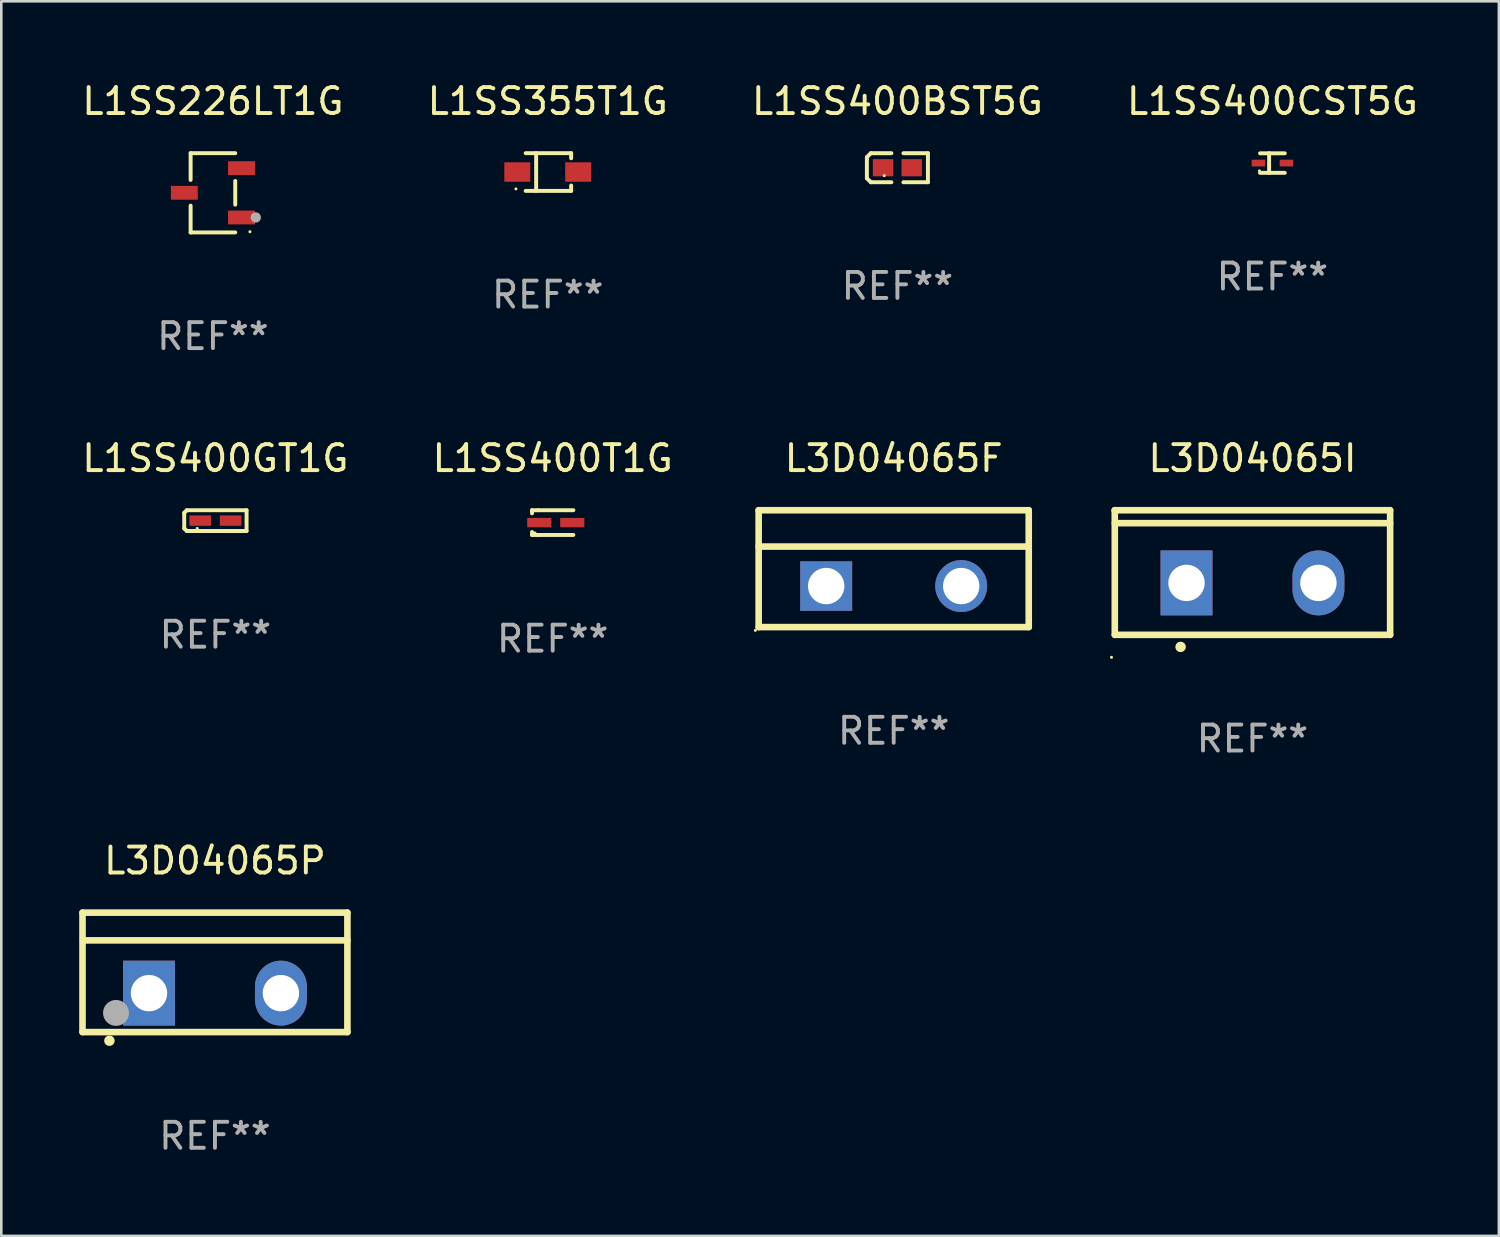
<source format=kicad_pcb>
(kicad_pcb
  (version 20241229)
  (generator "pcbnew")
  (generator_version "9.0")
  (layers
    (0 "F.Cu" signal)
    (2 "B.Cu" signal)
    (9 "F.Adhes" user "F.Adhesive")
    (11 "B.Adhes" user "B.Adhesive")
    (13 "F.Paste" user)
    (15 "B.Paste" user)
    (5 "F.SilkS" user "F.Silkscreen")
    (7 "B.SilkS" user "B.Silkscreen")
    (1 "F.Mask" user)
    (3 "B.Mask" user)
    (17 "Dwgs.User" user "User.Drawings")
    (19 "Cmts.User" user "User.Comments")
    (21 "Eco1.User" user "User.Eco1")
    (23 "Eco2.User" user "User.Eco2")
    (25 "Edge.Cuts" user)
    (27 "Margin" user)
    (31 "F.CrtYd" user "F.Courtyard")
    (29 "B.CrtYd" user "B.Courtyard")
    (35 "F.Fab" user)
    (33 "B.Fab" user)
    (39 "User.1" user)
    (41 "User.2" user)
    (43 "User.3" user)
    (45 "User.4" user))
  (footprint "L1SS226LT1G"
    (layer "F.Cu")
    (at 5.149 4.374)
    (property "Reference" "L1SS226LT1G" (at 0 -3.526 0) (layer "F.SilkS") (effects (font (size 1 1) (thickness 0.15))))
    (attr through_hole)
    (fp_line (start -0.859 -1.526) (end -0.859 -0.495) (stroke (width 0.152) (type solid)) (layer "F.SilkS"))
    (fp_line (start -0.859 1.526) (end -0.859 0.495) (stroke (width 0.152) (type solid)) (layer "F.SilkS"))
    (fp_line (start 0.859 -1.526) (end -0.859 -1.526) (stroke (width 0.152) (type solid)) (layer "F.SilkS"))
    (fp_line (start 0.859 -0.455) (end 0.859 0.455) (stroke (width 0.152) (type solid)) (layer "F.SilkS"))
    (fp_line (start 0.859 1.526) (end -0.859 1.526) (stroke (width 0.152) (type solid)) (layer "F.SilkS"))
    (fp_circle (center 1.425 1.5) (end 1.455 1.5) (stroke (width 0.06) (type solid)) (fill no) (layer "F.SilkS"))
    (fp_circle (center 1.65 0.95) (end 1.75 0.95) (stroke (width 0.2) (type solid)) (fill no) (layer "F.Fab"))
    (fp_text user "REF**" (at 0 5.526 0) (layer "F.Fab") (effects (font (size 1 1) (thickness 0.15))))
    (pad "1" smd rect (at 1.101 0.95) (size 1.037 0.532) (layers "F.Cu" "F.Mask" "F.Paste"))
    (pad "2" smd rect (at 1.101 -0.95) (size 1.037 0.532) (layers "F.Cu" "F.Mask" "F.Paste"))
    (pad "3" smd rect (at -1.101 0) (size 1.037 0.532) (layers "F.Cu" "F.Mask" "F.Paste")))
  (footprint "L3D04065F"
    (layer "F.Cu")
    (at 31.363 18.847)
    (property "Reference" "L3D04065F" (at 0 -4.25 0) (layer "F.SilkS") (effects (font (size 1 1) (thickness 0.15))))
    (attr through_hole)
    (fp_line (start -5.2 -2.25) (end 5.2 -2.25) (stroke (width 0.254) (type solid)) (layer "F.SilkS"))
    (fp_line (start -5.2 -0.85) (end 5.2 -0.85) (stroke (width 0.254) (type solid)) (layer "F.SilkS"))
    (fp_line (start -5.2 2.25) (end -5.2 -2.25) (stroke (width 0.254) (type solid)) (layer "F.SilkS"))
    (fp_line (start -5.2 2.25) (end 5.2 2.25) (stroke (width 0.254) (type solid)) (layer "F.SilkS"))
    (fp_line (start 5.2 2.25) (end 5.2 -2.25) (stroke (width 0.254) (type solid)) (layer "F.SilkS"))
    (fp_circle (center -5.327 2.377) (end -5.297 2.377) (stroke (width 0.06) (type solid)) (fill no) (layer "F.SilkS"))
    (fp_text user "REF**" (at 0 6.25 0) (layer "F.Fab") (effects (font (size 1 1) (thickness 0.15))))
    (pad "1" thru_hole rect (at -2.6 0.67 90) (size 1.905 2) (drill 1.4) (layers "*.Cu" "*.Mask"))
    (pad "3" thru_hole circle (at 2.6 0.67) (size 2 2) (drill 1.4) (layers "*.Cu" "*.Mask")))
  (footprint "L1SS400BST5G"
    (layer "F.Cu")
    (at 31.506 3.408)
    (property "Reference" "L1SS400BST5G" (at 0 -2.559 0) (layer "F.SilkS") (effects (font (size 1 1) (thickness 0.15))))
    (attr through_hole)
    (fp_line (start -1.175 -0.407) (end -1.023 -0.559) (stroke (width 0.152) (type solid)) (layer "F.SilkS"))
    (fp_line (start -1.175 0.407) (end -1.175 -0.407) (stroke (width 0.152) (type solid)) (layer "F.SilkS"))
    (fp_line (start -1.023 -0.559) (end -0.232 -0.559) (stroke (width 0.152) (type solid)) (layer "F.SilkS"))
    (fp_line (start -1.023 0.559) (end -1.175 0.407) (stroke (width 0.152) (type solid)) (layer "F.SilkS"))
    (fp_line (start -0.232 0.559) (end -1.023 0.559) (stroke (width 0.152) (type solid)) (layer "F.SilkS"))
    (fp_line (start 0.232 0.559) (end 1.175 0.559) (stroke (width 0.152) (type solid)) (layer "F.SilkS"))
    (fp_line (start 1.175 -0.559) (end 0.232 -0.559) (stroke (width 0.152) (type solid)) (layer "F.SilkS"))
    (fp_line (start 1.175 0.559) (end 1.175 -0.559) (stroke (width 0.152) (type solid)) (layer "F.SilkS"))
    (fp_circle (center -0.506 0.306) (end -0.476 0.306) (stroke (width 0.06) (type solid)) (fill no) (layer "F.SilkS"))
    (fp_text user "REF**" (at 0 4.559 0) (layer "F.Fab") (effects (font (size 1 1) (thickness 0.15))))
    (pad "1" smd rect (at -0.551 0) (size 0.79 0.661) (layers "F.Cu" "F.Mask" "F.Paste"))
    (pad "2" smd rect (at 0.551 0) (size 0.79 0.661) (layers "F.Cu" "F.Mask" "F.Paste")))
  (footprint "L1SS400GT1G"
    (layer "F.Cu")
    (at 5.244 16.997)
    (property "Reference" "L1SS400GT1G" (at 0 -2.4 0) (layer "F.SilkS") (effects (font (size 1 1) (thickness 0.15))))
    (attr through_hole)
    (fp_line (start -1.2 -0.3) (end -1.1 -0.4) (stroke (width 0.152) (type solid)) (layer "F.SilkS"))
    (fp_line (start -1.2 0.3) (end -1.2 -0.3) (stroke (width 0.152) (type solid)) (layer "F.SilkS"))
    (fp_line (start -1.1 -0.4) (end 1.2 -0.4) (stroke (width 0.152) (type solid)) (layer "F.SilkS"))
    (fp_line (start -1.1 0.4) (end -1.2 0.3) (stroke (width 0.152) (type solid)) (layer "F.SilkS"))
    (fp_line (start 1.2 -0.4) (end 1.2 0.4) (stroke (width 0.152) (type solid)) (layer "F.SilkS"))
    (fp_line (start 1.2 0.4) (end -1.1 0.4) (stroke (width 0.152) (type solid)) (layer "F.SilkS"))
    (fp_circle (center -0.7 0.3) (end -0.67 0.3) (stroke (width 0.06) (type solid)) (fill no) (layer "F.SilkS"))
    (fp_text user "REF**" (at 0 4.4 0) (layer "F.Fab") (effects (font (size 1 1) (thickness 0.15))))
    (pad "1" smd rect (at -0.585 0 180) (size 0.83 0.4) (layers "F.Cu" "F.Mask" "F.Paste"))
    (pad "2" smd rect (at 0.585 0 180) (size 0.83 0.4) (layers "F.Cu" "F.Mask" "F.Paste")))
  (footprint "L1SS355T1G"
    (layer "F.Cu")
    (at 18.042 3.574)
    (property "Reference" "L1SS355T1G" (at 0 -2.726 0) (layer "F.SilkS") (effects (font (size 1 1) (thickness 0.15))))
    (attr through_hole)
    (fp_line (start -0.851 -0.726) (end 0.901 -0.726) (stroke (width 0.152) (type solid)) (layer "F.SilkS"))
    (fp_line (start -0.851 0.726) (end 0.901 0.726) (stroke (width 0.152) (type solid)) (layer "F.SilkS"))
    (fp_line (start -0.447 -0.726) (end -0.447 0.726) (stroke (width 0.152) (type solid)) (layer "F.SilkS"))
    (fp_line (start 0.901 -0.726) (end 0.901 -0.53) (stroke (width 0.152) (type solid)) (layer "F.SilkS"))
    (fp_line (start 0.901 0.726) (end 0.901 0.52) (stroke (width 0.152) (type solid)) (layer "F.SilkS"))
    (fp_circle (center -1.225 0.65) (end -1.195 0.65) (stroke (width 0.06) (type solid)) (fill no) (layer "F.SilkS"))
    (fp_text user "REF**" (at 0 4.726 0) (layer "F.Fab") (effects (font (size 1 1) (thickness 0.15))))
    (pad "1" smd rect (at -1.173 0) (size 1 0.75) (layers "F.Cu" "F.Mask" "F.Paste"))
    (pad "2" smd rect (at 1.173 0) (size 1 0.75) (layers "F.Cu" "F.Mask" "F.Paste")))
  (footprint "L3D04065P"
    (layer "F.Cu")
    (at 5.227 34.392)
    (property "Reference" "L3D04065P" (at 0 -4.3 0) (layer "F.SilkS") (effects (font (size 1 1) (thickness 0.15))))
    (attr through_hole)
    (fp_line (start -5.1 -2.3) (end -5.1 2.3) (stroke (width 0.254) (type solid)) (layer "F.SilkS"))
    (fp_line (start -5.1 2.3) (end 5.1 2.3) (stroke (width 0.254) (type solid)) (layer "F.SilkS"))
    (fp_line (start -5.08 -1.232) (end 5.1 -1.232) (stroke (width 0.254) (type solid)) (layer "F.SilkS"))
    (fp_line (start 5.1 -2.3) (end -5.1 -2.3) (stroke (width 0.254) (type solid)) (layer "F.SilkS"))
    (fp_line (start 5.1 -2.3) (end 5.1 2.3) (stroke (width 0.254) (type solid)) (layer "F.SilkS"))
    (fp_arc (start -4.065278 2.632004) (mid -4.064008 2.632) (end -4.062738 2.632004) (stroke (width 0.4) (type solid)) (layer "F.SilkS"))
    (fp_circle (center -5.1 2.32) (end -5.07 2.32) (stroke (width 0.06) (type solid)) (fill no) (layer "F.SilkS"))
    (fp_circle (center -3.81 1.562) (end -3.56 1.562) (stroke (width 0.5) (type solid)) (fill no) (layer "F.Fab"))
    (fp_text user "REF**" (at 0 6.3 0) (layer "F.Fab") (effects (font (size 1 1) (thickness 0.15))))
    (pad "1" thru_hole rect (at -2.54 0.8) (size 2 2.5) (drill 1.4) (layers "*.Cu" "*.Mask"))
    (pad "2" thru_hole oval (at 2.54 0.8) (size 2 2.5) (drill 1.4) (layers "*.Cu" "*.Mask")))
  (footprint "L1SS400CST5G"
    (layer "F.Cu")
    (at 45.946 3.227)
    (property "Reference" "L1SS400CST5G" (at 0 -2.379 0) (layer "F.SilkS") (effects (font (size 1 1) (thickness 0.15))))
    (attr through_hole)
    (fp_line (start -0.476 -0.374) (end 0.476 -0.374) (stroke (width 0.152) (type solid)) (layer "F.SilkS"))
    (fp_line (start -0.476 0.379) (end 0.476 0.379) (stroke (width 0.152) (type solid)) (layer "F.SilkS"))
    (fp_line (start -0.127 -0.379) (end -0.127 0.374) (stroke (width 0.152) (type solid)) (layer "F.SilkS"))
    (fp_circle (center -0.5 0.302) (end -0.47 0.302) (stroke (width 0.06) (type solid)) (fill no) (layer "F.SilkS"))
    (fp_text user "REF**" (at 0 4.379 0) (layer "F.Fab") (effects (font (size 1 1) (thickness 0.15))))
    (pad "1" smd rect (at -0.54 0.002 180) (size 0.52 0.26) (layers "F.Cu" "F.Mask" "F.Paste"))
    (pad "2" smd rect (at 0.54 0.002 180) (size 0.52 0.26) (layers "F.Cu" "F.Mask" "F.Paste")))
  (footprint "L1SS400T1G"
    (layer "F.Cu")
    (at 18.232 17.073)
    (property "Reference" "L1SS400T1G" (at 0 -2.476 0) (layer "F.SilkS") (effects (font (size 1 1) (thickness 0.15))))
    (attr through_hole)
    (fp_line (start -0.795 -0.476) (end -0.795 -0.356) (stroke (width 0.152) (type solid)) (layer "F.SilkS"))
    (fp_line (start -0.795 0.363) (end -0.795 0.476) (stroke (width 0.152) (type solid)) (layer "F.SilkS"))
    (fp_line (start -0.795 0.476) (end -0.557 0.476) (stroke (width 0.152) (type solid)) (layer "F.SilkS"))
    (fp_line (start -0.557 -0.476) (end -0.795 -0.476) (stroke (width 0.152) (type solid)) (layer "F.SilkS"))
    (fp_line (start -0.557 -0.476) (end 0.795 -0.476) (stroke (width 0.152) (type solid)) (layer "F.SilkS"))
    (fp_line (start -0.557 0.476) (end 0.795 0.476) (stroke (width 0.152) (type solid)) (layer "F.SilkS"))
    (fp_circle (center -0.681 0.4) (end -0.651 0.4) (stroke (width 0.06) (type solid)) (fill no) (layer "F.SilkS"))
    (fp_text user "REF**" (at 0 4.476 0) (layer "F.Fab") (effects (font (size 1 1) (thickness 0.15))))
    (pad "1" smd rect (at -0.516 0 180) (size 0.93 0.36) (layers "F.Cu" "F.Mask" "F.Paste"))
    (pad "2" smd rect (at 0.754 0 180) (size 0.93 0.36) (layers "F.Cu" "F.Mask" "F.Paste")))
  (footprint "L3D04065I"
    (layer "F.Cu")
    (at 45.178 18.996)
    (property "Reference" "L3D04065I" (at 0 -4.399 0) (layer "F.SilkS") (effects (font (size 1 1) (thickness 0.15))))
    (attr through_hole)
    (fp_line (start -5.301 -2.399) (end 5.301 -2.399) (stroke (width 0.254) (type solid)) (layer "F.SilkS"))
    (fp_line (start -5.301 -2.394) (end -5.301 -2.399) (stroke (width 0.254) (type solid)) (layer "F.SilkS"))
    (fp_line (start -5.301 2.399) (end -5.301 -2.394) (stroke (width 0.254) (type solid)) (layer "F.SilkS"))
    (fp_line (start 5.3 -1.9) (end -5.3 -1.9) (stroke (width 0.254) (type solid)) (layer "F.SilkS"))
    (fp_line (start 5.301 -2.399) (end 5.301 2.399) (stroke (width 0.254) (type solid)) (layer "F.SilkS"))
    (fp_line (start 5.301 2.399) (end -5.301 2.399) (stroke (width 0.254) (type solid)) (layer "F.SilkS"))
    (fp_arc (start -2.768606 2.863843) (mid -2.767336 2.863839) (end -2.766066 2.863843) (stroke (width 0.4) (type solid)) (layer "F.SilkS"))
    (fp_circle (center -5.428 3.264) (end -5.398 3.264) (stroke (width 0.06) (type solid)) (fill no) (layer "F.SilkS"))
    (fp_text user "REF**" (at 0 6.399 0) (layer "F.Fab") (effects (font (size 1 1) (thickness 0.15))))
    (pad "1" thru_hole rect (at -2.54 0.4) (size 2 2.5) (drill 1.4) (layers "*.Cu" "*.Mask"))
    (pad "2" thru_hole oval (at 2.54 0.4) (size 2 2.5) (drill 1.4) (layers "*.Cu" "*.Mask")))
  (gr_rect
    (start -3 -3)
    (end 54.667 44.54)
    (stroke (width 0.1) (type default))
    (fill no)
    (layer "Edge.Cuts")))
</source>
